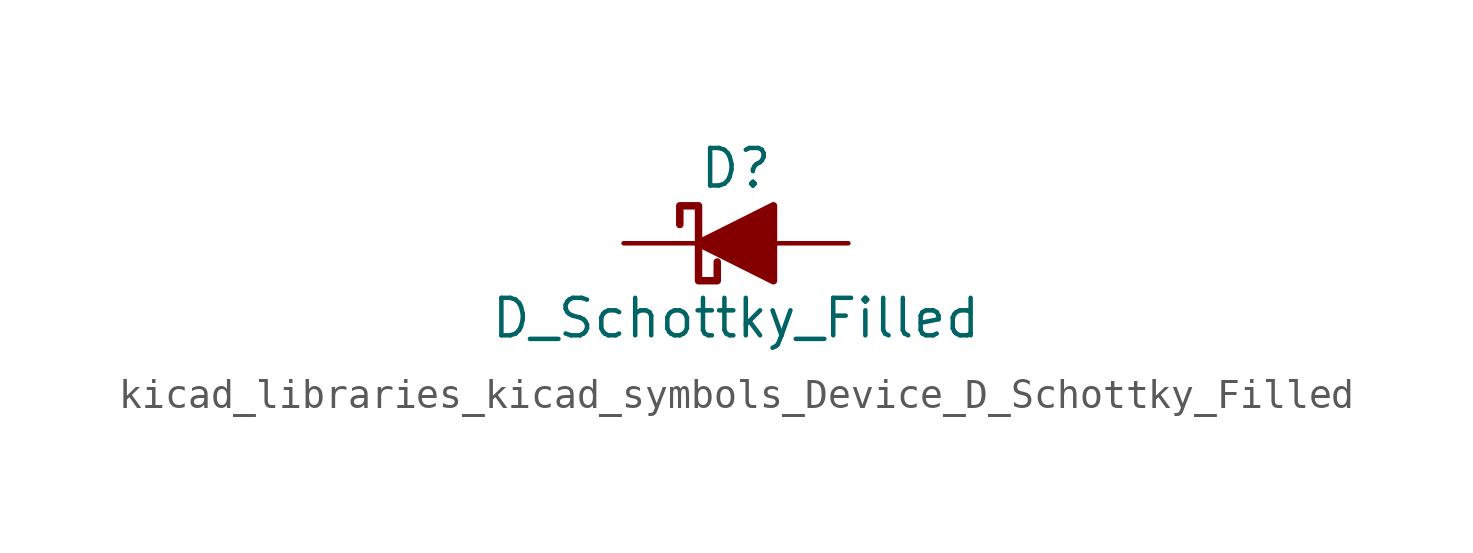
<source format=kicad_sym>
(kicad_symbol_lib
  (version 20220914)
  (generator kicad_symbol_editor)
  (symbol "kicad_libraries_kicad_symbols_Device_D_Schottky_Filled"
    (pin_numbers hide)
    (pin_names
      (offset 1.016) hide)
    (property "Reference" "D"
      (at 0 2.54 0)
      (effects (font (size 1.27 1.27))))
    (property "Value" "D_Schottky_Filled"
      (at 0 -2.54 0)
      (effects (font (size 1.27 1.27))))
    (symbol "kicad_libraries_kicad_symbols_Device_D_Schottky_Filled_0_1"
      (polyline (pts (xy 1.27 0) (xy -1.27 0)) (stroke (width 0) (type default)) (fill (type none)))
      (polyline (pts (xy 1.27 1.27) (xy 1.27 -1.27) (xy -1.27 0) (xy 1.27 1.27)) (stroke (width 0.254) (type default)) (fill (type outline)))
      (polyline (pts (xy -1.905 0.635) (xy -1.905 1.27) (xy -1.27 1.27) (xy -1.27 -1.27) (xy -0.635 -1.27) (xy -0.635 -0.635)) (stroke (width 0.254) (type default)) (fill (type none))))
    (symbol "kicad_libraries_kicad_symbols_Device_D_Schottky_Filled_1_1"
      (pin passive line (at -3.81 0 0) (length 2.54) (name "K" (effects (font (size 1.27 1.27)))) (number "1" (effects (font (size 1.27 1.27)))))
      (pin passive line (at 3.81 0 180) (length 2.54) (name "A" (effects (font (size 1.27 1.27)))) (number "2" (effects (font (size 1.27 1.27))))))))
</source>
